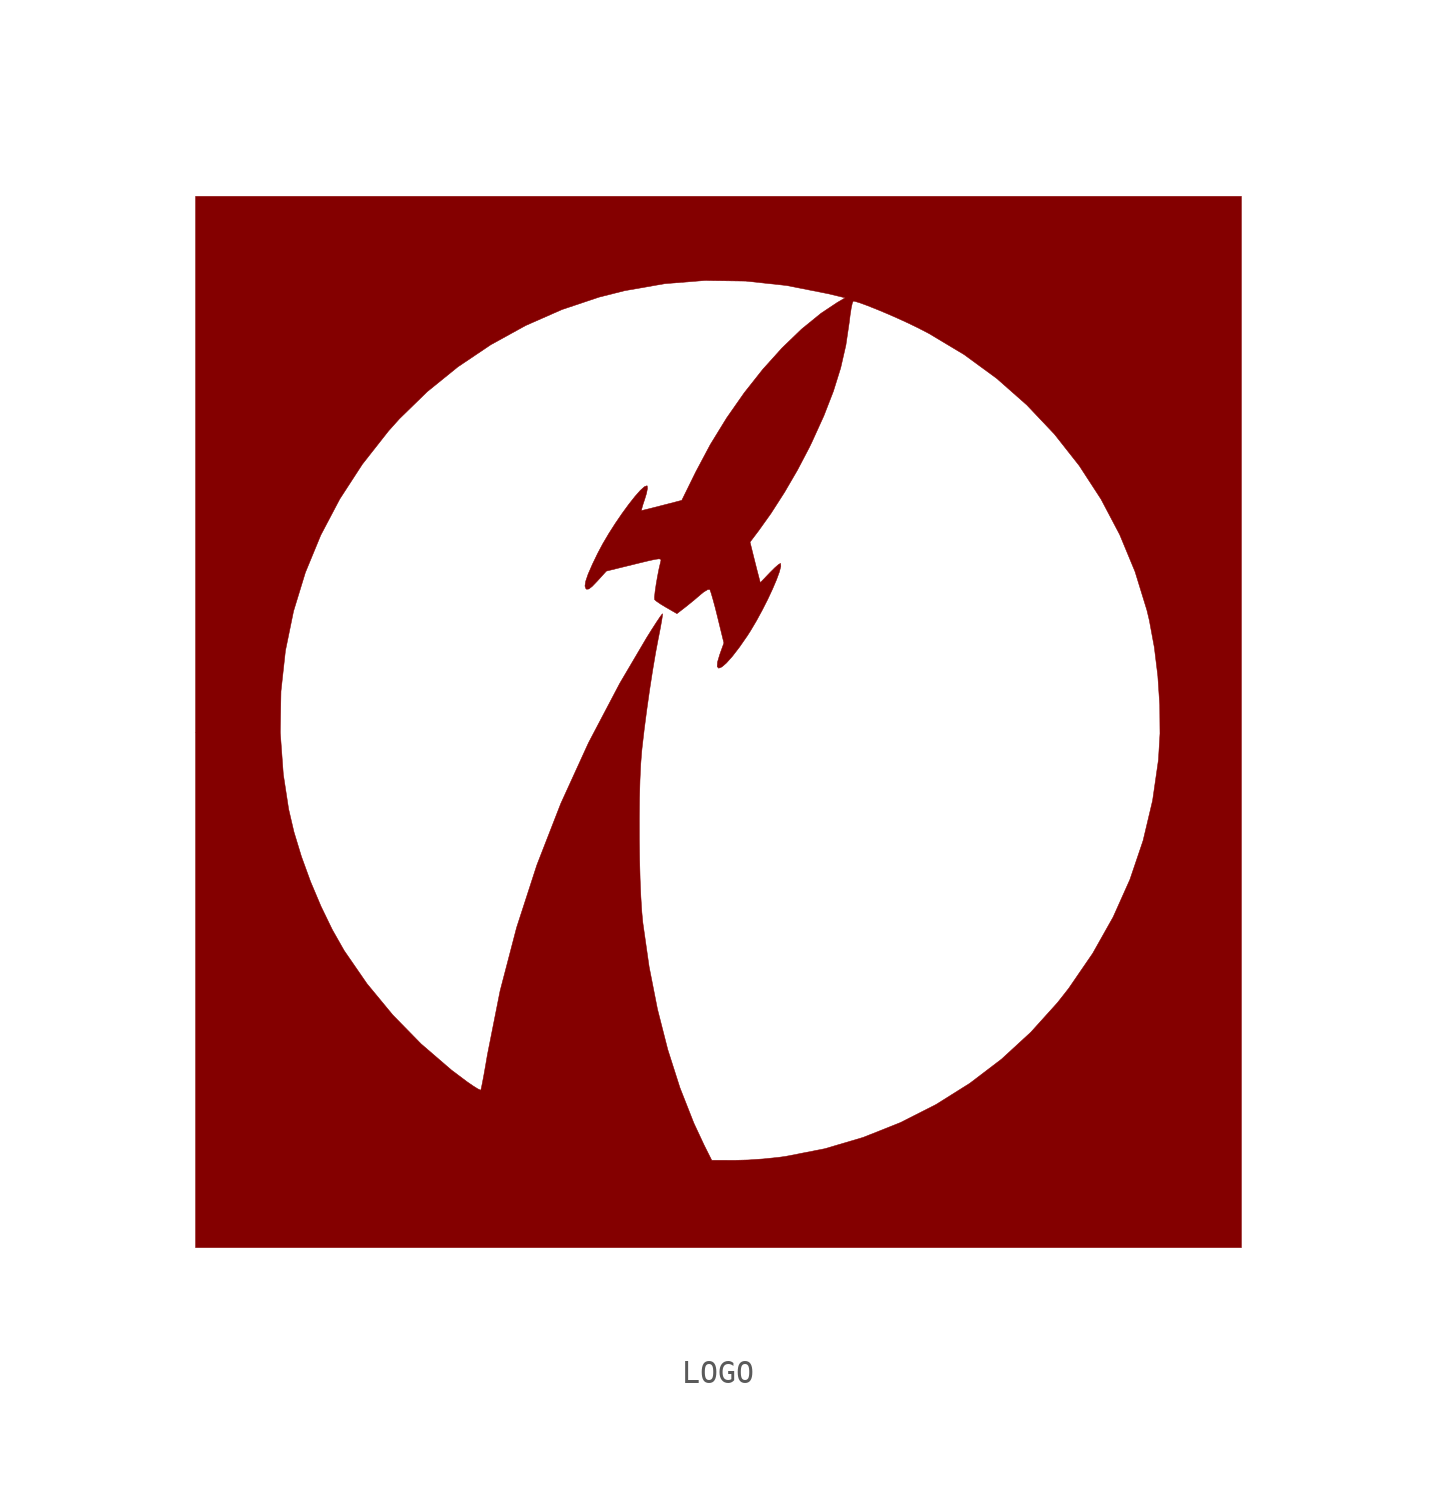
<source format=kicad_sym>
(kicad_symbol_lib
  (version 20220914)
  (generator bitmap2component)
  (symbol "LOGO"
    (pin_names
      (offset 1.016))
    (property "Reference" "#G"
      (at 0 22.386 0)
      (effects (font (size 1.27 1.27)) hide))
    (symbol "LOGO_0_0"
      (polyline (pts (xy 22.945 0) (xy 22.945 23.021) (xy 0.042 23.021) (xy -22.86 23.021) (xy -22.86 0) (xy -22.86 -0.462) (xy -19.151 -0.462) (xy -19.12 1.345) (xy -18.925 3.119) (xy -18.569 4.854) (xy -18.052 6.544) (xy -17.376 8.184) (xy -16.542 9.768) (xy -15.553 11.291) (xy -14.409 12.746) (xy -13.936 13.274) (xy -12.711 14.468) (xy -11.368 15.555) (xy -9.926 16.524) (xy -8.403 17.363) (xy -6.817 18.061) (xy -5.186 18.607) (xy -4.071 18.888) (xy -2.311 19.196) (xy -0.545 19.337) (xy 1.232 19.31) (xy 3.027 19.116) (xy 4.848 18.756) (xy 5.591 18.577) (xy 5.229 18.363) (xy 4.527 17.895) (xy 3.677 17.203) (xy 2.824 16.38) (xy 1.982 15.445) (xy 1.168 14.416) (xy 0.397 13.312) (xy -0.315 12.153) (xy -0.951 10.957) (xy -1.566 9.707) (xy -2.432 9.483) (xy -2.709 9.412) (xy -3.02 9.333) (xy -3.239 9.28) (xy -3.329 9.26) (xy -3.323 9.322) (xy -3.272 9.504) (xy -3.186 9.764) (xy -3.111 10.009) (xy -3.069 10.227) (xy -3.08 10.338) (xy -3.093 10.345) (xy -3.204 10.303) (xy -3.384 10.14) (xy -3.616 9.877) (xy -3.885 9.536) (xy -4.176 9.138) (xy -4.473 8.704) (xy -4.76 8.255) (xy -5.022 7.811) (xy -5.244 7.395) (xy -5.479 6.908) (xy -5.668 6.475) (xy -5.775 6.161) (xy -5.806 5.953) (xy -5.764 5.836) (xy -5.731 5.813) (xy -5.635 5.825) (xy -5.488 5.939) (xy -5.265 6.171) (xy -4.868 6.608) (xy -3.654 6.906) (xy -3.377 6.974) (xy -2.988 7.067) (xy -2.728 7.123) (xy -2.571 7.144) (xy -2.495 7.132) (xy -2.476 7.091) (xy -2.489 7.021) (xy -2.496 6.997) (xy -2.564 6.705) (xy -2.631 6.363) (xy -2.691 6.014) (xy -2.736 5.701) (xy -2.76 5.468) (xy -2.755 5.357) (xy -2.679 5.29) (xy -2.492 5.162) (xy -2.241 5.011) (xy -1.777 4.744) (xy -1.418 5.022) (xy -1.314 5.104) (xy -1.008 5.354) (xy -0.732 5.589) (xy -0.605 5.692) (xy -0.435 5.796) (xy -0.341 5.806) (xy -0.333 5.792) (xy -0.281 5.647) (xy -0.202 5.377) (xy -0.104 5.017) (xy 0.001 4.597) (xy 0.279 3.46) (xy 0.095 2.947) (xy 0 2.626) (xy -0.014 2.425) (xy 0.052 2.355) (xy 0.19 2.411) (xy 0.392 2.586) (xy 0.651 2.876) (xy 0.959 3.276) (xy 1.309 3.78) (xy 1.449 3.999) (xy 1.707 4.435) (xy 1.961 4.902) (xy 2.201 5.375) (xy 2.413 5.83) (xy 2.587 6.239) (xy 2.711 6.578) (xy 2.772 6.821) (xy 2.76 6.943) (xy 2.757 6.945) (xy 2.671 6.896) (xy 2.507 6.753) (xy 2.296 6.543) (xy 1.873 6.101) (xy 1.788 6.427) (xy 1.734 6.635) (xy 1.65 6.968) (xy 1.563 7.316) (xy 1.424 7.878) (xy 1.802 8.378) (xy 2.343 9.136) (xy 2.937 10.062) (xy 3.507 11.042) (xy 4.019 12.02) (xy 4.133 12.255) (xy 4.66 13.415) (xy 5.077 14.49) (xy 5.395 15.51) (xy 5.622 16.504) (xy 5.769 17.501) (xy 5.809 17.826) (xy 5.858 18.141) (xy 5.906 18.355) (xy 5.944 18.434) (xy 6.003 18.426) (xy 6.222 18.36) (xy 6.549 18.241) (xy 6.955 18.08) (xy 7.409 17.891) (xy 7.882 17.684) (xy 8.343 17.473) (xy 8.763 17.27) (xy 9.267 17.009) (xy 10.795 16.093) (xy 12.224 15.048) (xy 13.546 13.882) (xy 14.754 12.606) (xy 15.839 11.229) (xy 16.795 9.759) (xy 17.613 8.207) (xy 18.286 6.583) (xy 18.806 4.894) (xy 18.911 4.455) (xy 19.13 3.272) (xy 19.284 2.014) (xy 19.368 0.736) (xy 19.379 -0.507) (xy 19.311 -1.657) (xy 19.055 -3.438) (xy 18.638 -5.196) (xy 18.063 -6.896) (xy 17.328 -8.54) (xy 16.433 -10.131) (xy 15.377 -11.671) (xy 14.892 -12.289) (xy 13.722 -13.586) (xy 12.437 -14.767) (xy 11.047 -15.825) (xy 9.567 -16.754) (xy 8.006 -17.546) (xy 6.379 -18.193) (xy 4.696 -18.69) (xy 2.969 -19.028) (xy 2.651 -19.071) (xy 2.005 -19.137) (xy 1.354 -19.182) (xy 0.784 -19.198) (xy -0.252 -19.199) (xy -0.59 -18.525) (xy -1.037 -17.568) (xy -1.645 -16.022) (xy -2.178 -14.353) (xy -2.63 -12.579) (xy -2.996 -10.719) (xy -3.271 -8.792) (xy -3.315 -8.328) (xy -3.358 -7.649) (xy -3.391 -6.863) (xy -3.413 -6.005) (xy -3.425 -5.11) (xy -3.426 -4.212) (xy -3.417 -3.344) (xy -3.396 -2.543) (xy -3.363 -1.841) (xy -3.319 -1.274) (xy -3.304 -1.132) (xy -3.211 -0.33) (xy -3.098 0.535) (xy -2.973 1.416) (xy -2.841 2.267) (xy -2.71 3.041) (xy -2.587 3.692) (xy -2.582 3.713) (xy -2.506 4.103) (xy -2.448 4.426) (xy -2.413 4.649) (xy -2.409 4.739) (xy -2.426 4.726) (xy -2.517 4.603) (xy -2.673 4.371) (xy -2.876 4.056) (xy -3.111 3.68) (xy -4.278 1.7) (xy -5.651 -0.911) (xy -6.863 -3.567) (xy -7.913 -6.266) (xy -8.8 -9.003) (xy -9.523 -11.775) (xy -10.08 -14.58) (xy -10.156 -15.025) (xy -10.232 -15.456) (xy -10.297 -15.8) (xy -10.344 -16.032) (xy -10.37 -16.124) (xy -10.383 -16.125) (xy -10.501 -16.067) (xy -10.709 -15.937) (xy -10.974 -15.754) (xy -11.652 -15.245) (xy -12.983 -14.099) (xy -14.224 -12.83) (xy -15.352 -11.463) (xy -16.344 -10.024) (xy -16.359 -10) (xy -16.872 -9.095) (xy -17.366 -8.076) (xy -17.824 -6.992) (xy -18.225 -5.889) (xy -18.551 -4.817) (xy -18.783 -3.823) (xy -19.017 -2.296) (xy -19.151 -0.462) (xy -22.86 -0.462) (xy -22.86 -23.021) (xy 0.042 -23.021) (xy 22.945 -23.021) (xy 22.945 0)) (stroke (width 0.01) (type default)) (fill (type outline))))))
</source>
